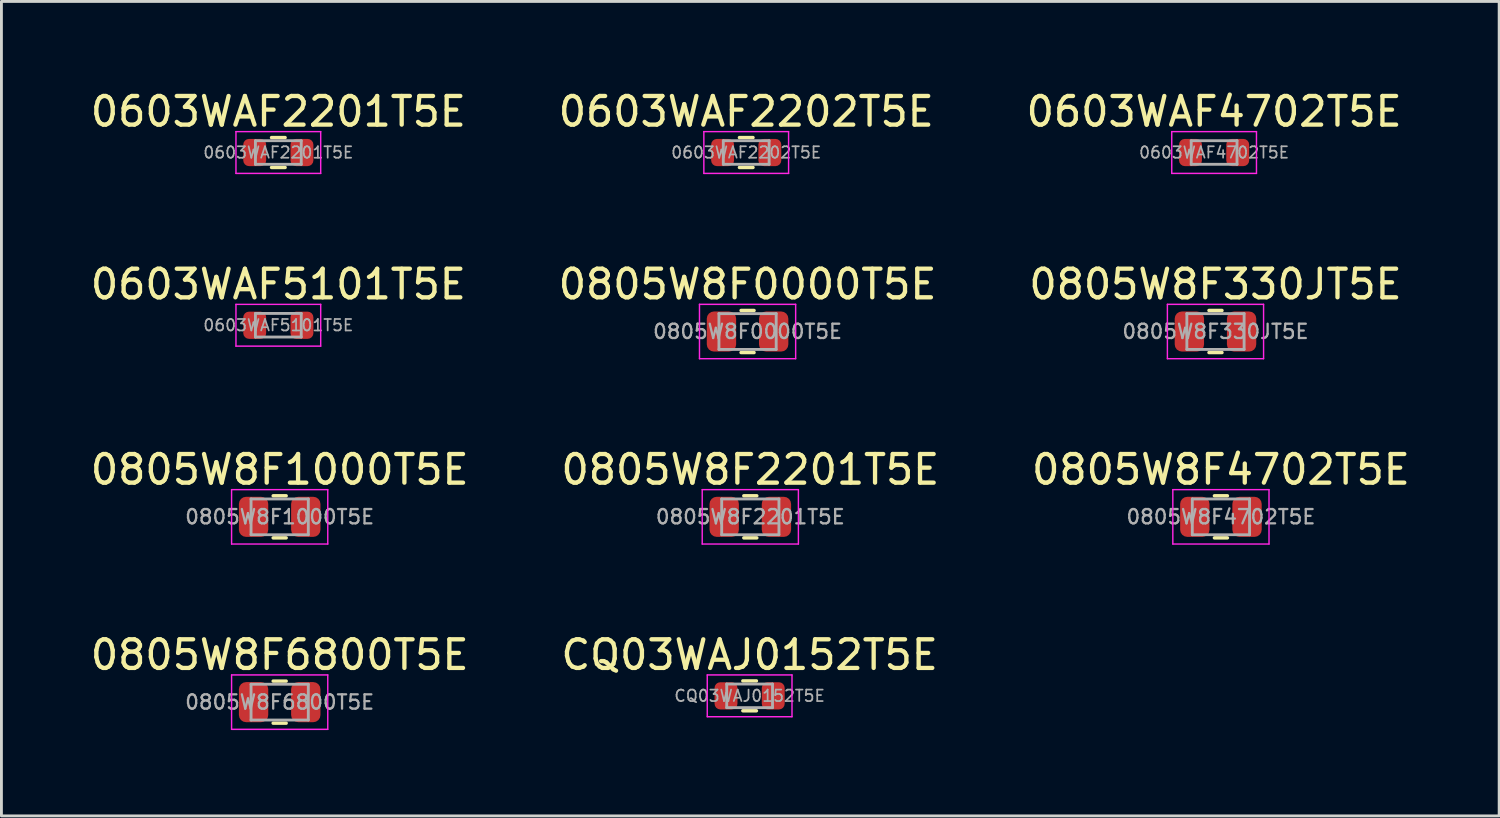
<source format=kicad_pcb>
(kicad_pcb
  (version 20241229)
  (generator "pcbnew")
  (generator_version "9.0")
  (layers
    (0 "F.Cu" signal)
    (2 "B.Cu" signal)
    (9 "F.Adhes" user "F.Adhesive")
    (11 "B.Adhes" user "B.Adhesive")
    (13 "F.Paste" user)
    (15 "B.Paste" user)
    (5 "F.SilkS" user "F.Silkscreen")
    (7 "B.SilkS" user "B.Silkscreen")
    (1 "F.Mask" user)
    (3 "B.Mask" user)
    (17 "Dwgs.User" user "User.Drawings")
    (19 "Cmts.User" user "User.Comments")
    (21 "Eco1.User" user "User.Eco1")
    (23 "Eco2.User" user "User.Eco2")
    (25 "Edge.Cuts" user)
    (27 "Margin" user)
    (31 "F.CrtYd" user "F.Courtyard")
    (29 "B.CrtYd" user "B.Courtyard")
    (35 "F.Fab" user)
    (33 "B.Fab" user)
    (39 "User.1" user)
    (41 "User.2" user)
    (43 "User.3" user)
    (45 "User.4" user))
  (footprint "0603WAF2201T5E"
    (layer "F.Cu")
    (at 6.673 2.278)
    (property "Reference" "0603WAF2201T5E" (at 0 -1.43 0) (layer "F.SilkS") (effects (font (size 1 1) (thickness 0.15))))
    (attr smd)
    (fp_line (start -0.237 -0.522) (end 0.237 -0.522) (stroke (width 0.12) (type solid)) (layer "F.SilkS"))
    (fp_line (start -0.237 0.522) (end 0.237 0.522) (stroke (width 0.12) (type solid)) (layer "F.SilkS"))
    (fp_line (start -1.48 -0.73) (end 1.48 -0.73) (stroke (width 0.05) (type solid)) (layer "F.CrtYd"))
    (fp_line (start -1.48 0.73) (end -1.48 -0.73) (stroke (width 0.05) (type solid)) (layer "F.CrtYd"))
    (fp_line (start 1.48 -0.73) (end 1.48 0.73) (stroke (width 0.05) (type solid)) (layer "F.CrtYd"))
    (fp_line (start 1.48 0.73) (end -1.48 0.73) (stroke (width 0.05) (type solid)) (layer "F.CrtYd"))
    (fp_line (start -0.8 -0.412) (end 0.8 -0.412) (stroke (width 0.1) (type solid)) (layer "F.Fab"))
    (fp_line (start -0.8 0.412) (end -0.8 -0.412) (stroke (width 0.1) (type solid)) (layer "F.Fab"))
    (fp_line (start 0.8 -0.412) (end 0.8 0.412) (stroke (width 0.1) (type solid)) (layer "F.Fab"))
    (fp_line (start 0.8 0.412) (end -0.8 0.412) (stroke (width 0.1) (type solid)) (layer "F.Fab"))
    (fp_text user "${REFERENCE}" (at 0 0 0) (layer "F.Fab") (effects (font (size 0.4 0.4) (thickness 0.06))))
    (pad "1" smd roundrect (at -0.825 0) (size 0.8 0.95) (layers "F.Cu" "F.Mask" "F.Paste") (roundrect_rratio 0.25))
    (pad "2" smd roundrect (at 0.825 0) (size 0.8 0.95) (layers "F.Cu" "F.Mask" "F.Paste") (roundrect_rratio 0.25)))
  (footprint "0805W8F330JT5E"
    (layer "F.Cu")
    (at 39.411 8.531)
    (property "Reference" "0805W8F330JT5E" (at 0 -1.65 0) (layer "F.SilkS") (effects (font (size 1 1) (thickness 0.15))))
    (attr smd)
    (fp_line (start -0.227 -0.735) (end 0.227 -0.735) (stroke (width 0.12) (type solid)) (layer "F.SilkS"))
    (fp_line (start -0.227 0.735) (end 0.227 0.735) (stroke (width 0.12) (type solid)) (layer "F.SilkS"))
    (fp_line (start -1.68 -0.95) (end 1.68 -0.95) (stroke (width 0.05) (type solid)) (layer "F.CrtYd"))
    (fp_line (start -1.68 0.95) (end -1.68 -0.95) (stroke (width 0.05) (type solid)) (layer "F.CrtYd"))
    (fp_line (start 1.68 -0.95) (end 1.68 0.95) (stroke (width 0.05) (type solid)) (layer "F.CrtYd"))
    (fp_line (start 1.68 0.95) (end -1.68 0.95) (stroke (width 0.05) (type solid)) (layer "F.CrtYd"))
    (fp_line (start -1 -0.625) (end 1 -0.625) (stroke (width 0.1) (type solid)) (layer "F.Fab"))
    (fp_line (start -1 0.625) (end -1 -0.625) (stroke (width 0.1) (type solid)) (layer "F.Fab"))
    (fp_line (start 1 -0.625) (end 1 0.625) (stroke (width 0.1) (type solid)) (layer "F.Fab"))
    (fp_line (start 1 0.625) (end -1 0.625) (stroke (width 0.1) (type solid)) (layer "F.Fab"))
    (fp_text user "${REFERENCE}" (at 0 0 0) (layer "F.Fab") (effects (font (size 0.5 0.5) (thickness 0.08))))
    (pad "1" smd roundrect (at -0.912 0) (size 1.025 1.4) (layers "F.Cu" "F.Mask" "F.Paste") (roundrect_rratio 0.244))
    (pad "2" smd roundrect (at 0.912 0) (size 1.025 1.4) (layers "F.Cu" "F.Mask" "F.Paste") (roundrect_rratio 0.244)))
  (footprint "0805W8F4702T5E"
    (layer "F.Cu")
    (at 39.601 15.005)
    (property "Reference" "0805W8F4702T5E" (at 0 -1.65 0) (layer "F.SilkS") (effects (font (size 1 1) (thickness 0.15))))
    (attr smd)
    (fp_line (start -0.227 -0.735) (end 0.227 -0.735) (stroke (width 0.12) (type solid)) (layer "F.SilkS"))
    (fp_line (start -0.227 0.735) (end 0.227 0.735) (stroke (width 0.12) (type solid)) (layer "F.SilkS"))
    (fp_line (start -1.68 -0.95) (end 1.68 -0.95) (stroke (width 0.05) (type solid)) (layer "F.CrtYd"))
    (fp_line (start -1.68 0.95) (end -1.68 -0.95) (stroke (width 0.05) (type solid)) (layer "F.CrtYd"))
    (fp_line (start 1.68 -0.95) (end 1.68 0.95) (stroke (width 0.05) (type solid)) (layer "F.CrtYd"))
    (fp_line (start 1.68 0.95) (end -1.68 0.95) (stroke (width 0.05) (type solid)) (layer "F.CrtYd"))
    (fp_line (start -1 -0.625) (end 1 -0.625) (stroke (width 0.1) (type solid)) (layer "F.Fab"))
    (fp_line (start -1 0.625) (end -1 -0.625) (stroke (width 0.1) (type solid)) (layer "F.Fab"))
    (fp_line (start 1 -0.625) (end 1 0.625) (stroke (width 0.1) (type solid)) (layer "F.Fab"))
    (fp_line (start 1 0.625) (end -1 0.625) (stroke (width 0.1) (type solid)) (layer "F.Fab"))
    (fp_text user "${REFERENCE}" (at 0 0 0) (layer "F.Fab") (effects (font (size 0.5 0.5) (thickness 0.08))))
    (pad "1" smd roundrect (at -0.912 0) (size 1.025 1.4) (layers "F.Cu" "F.Mask" "F.Paste") (roundrect_rratio 0.244))
    (pad "2" smd roundrect (at 0.912 0) (size 1.025 1.4) (layers "F.Cu" "F.Mask" "F.Paste") (roundrect_rratio 0.244)))
  (footprint "0805W8F2201T5E"
    (layer "F.Cu")
    (at 23.161 15.005)
    (property "Reference" "0805W8F2201T5E" (at 0 -1.65 0) (layer "F.SilkS") (effects (font (size 1 1) (thickness 0.15))))
    (attr smd)
    (fp_line (start -0.227 -0.735) (end 0.227 -0.735) (stroke (width 0.12) (type solid)) (layer "F.SilkS"))
    (fp_line (start -0.227 0.735) (end 0.227 0.735) (stroke (width 0.12) (type solid)) (layer "F.SilkS"))
    (fp_line (start -1.68 -0.95) (end 1.68 -0.95) (stroke (width 0.05) (type solid)) (layer "F.CrtYd"))
    (fp_line (start -1.68 0.95) (end -1.68 -0.95) (stroke (width 0.05) (type solid)) (layer "F.CrtYd"))
    (fp_line (start 1.68 -0.95) (end 1.68 0.95) (stroke (width 0.05) (type solid)) (layer "F.CrtYd"))
    (fp_line (start 1.68 0.95) (end -1.68 0.95) (stroke (width 0.05) (type solid)) (layer "F.CrtYd"))
    (fp_line (start -1 -0.625) (end 1 -0.625) (stroke (width 0.1) (type solid)) (layer "F.Fab"))
    (fp_line (start -1 0.625) (end -1 -0.625) (stroke (width 0.1) (type solid)) (layer "F.Fab"))
    (fp_line (start 1 -0.625) (end 1 0.625) (stroke (width 0.1) (type solid)) (layer "F.Fab"))
    (fp_line (start 1 0.625) (end -1 0.625) (stroke (width 0.1) (type solid)) (layer "F.Fab"))
    (fp_text user "${REFERENCE}" (at 0 0 0) (layer "F.Fab") (effects (font (size 0.5 0.5) (thickness 0.08))))
    (pad "1" smd roundrect (at -0.912 0) (size 1.025 1.4) (layers "F.Cu" "F.Mask" "F.Paste") (roundrect_rratio 0.244))
    (pad "2" smd roundrect (at 0.912 0) (size 1.025 1.4) (layers "F.Cu" "F.Mask" "F.Paste") (roundrect_rratio 0.244)))
  (footprint "CQ03WAJ0152T5E"
    (layer "F.Cu")
    (at 23.137 21.258)
    (property "Reference" "CQ03WAJ0152T5E" (at 0 -1.43 0) (layer "F.SilkS") (effects (font (size 1 1) (thickness 0.15))))
    (attr smd)
    (fp_line (start -0.237 -0.522) (end 0.237 -0.522) (stroke (width 0.12) (type solid)) (layer "F.SilkS"))
    (fp_line (start -0.237 0.522) (end 0.237 0.522) (stroke (width 0.12) (type solid)) (layer "F.SilkS"))
    (fp_line (start -1.48 -0.73) (end 1.48 -0.73) (stroke (width 0.05) (type solid)) (layer "F.CrtYd"))
    (fp_line (start -1.48 0.73) (end -1.48 -0.73) (stroke (width 0.05) (type solid)) (layer "F.CrtYd"))
    (fp_line (start 1.48 -0.73) (end 1.48 0.73) (stroke (width 0.05) (type solid)) (layer "F.CrtYd"))
    (fp_line (start 1.48 0.73) (end -1.48 0.73) (stroke (width 0.05) (type solid)) (layer "F.CrtYd"))
    (fp_line (start -0.8 -0.412) (end 0.8 -0.412) (stroke (width 0.1) (type solid)) (layer "F.Fab"))
    (fp_line (start -0.8 0.412) (end -0.8 -0.412) (stroke (width 0.1) (type solid)) (layer "F.Fab"))
    (fp_line (start 0.8 -0.412) (end 0.8 0.412) (stroke (width 0.1) (type solid)) (layer "F.Fab"))
    (fp_line (start 0.8 0.412) (end -0.8 0.412) (stroke (width 0.1) (type solid)) (layer "F.Fab"))
    (fp_text user "${REFERENCE}" (at 0 0 0) (layer "F.Fab") (effects (font (size 0.4 0.4) (thickness 0.06))))
    (pad "1" smd roundrect (at -0.825 0) (size 0.8 0.95) (layers "F.Cu" "F.Mask" "F.Paste") (roundrect_rratio 0.25))
    (pad "2" smd roundrect (at 0.825 0) (size 0.8 0.95) (layers "F.Cu" "F.Mask" "F.Paste") (roundrect_rratio 0.25)))
  (footprint "0603WAF5101T5E"
    (layer "F.Cu")
    (at 6.673 8.312)
    (property "Reference" "0603WAF5101T5E" (at 0 -1.43 0) (layer "F.SilkS") (effects (font (size 1 1) (thickness 0.15))))
    (attr smd)
    (fp_line (start -1.48 -0.73) (end 1.48 -0.73) (stroke (width 0.05) (type solid)) (layer "F.CrtYd"))
    (fp_line (start -1.48 0.73) (end -1.48 -0.73) (stroke (width 0.05) (type solid)) (layer "F.CrtYd"))
    (fp_line (start 1.48 -0.73) (end 1.48 0.73) (stroke (width 0.05) (type solid)) (layer "F.CrtYd"))
    (fp_line (start 1.48 0.73) (end -1.48 0.73) (stroke (width 0.05) (type solid)) (layer "F.CrtYd"))
    (fp_line (start -0.8 -0.412) (end 0.8 -0.412) (stroke (width 0.1) (type solid)) (layer "F.Fab"))
    (fp_line (start -0.8 0.412) (end -0.8 -0.412) (stroke (width 0.1) (type solid)) (layer "F.Fab"))
    (fp_line (start 0.8 -0.412) (end 0.8 0.412) (stroke (width 0.1) (type solid)) (layer "F.Fab"))
    (fp_line (start 0.8 0.412) (end -0.8 0.412) (stroke (width 0.1) (type solid)) (layer "F.Fab"))
    (fp_text user "${REFERENCE}" (at 0 0 0) (layer "F.Fab") (effects (font (size 0.4 0.4) (thickness 0.06))))
    (pad "1" smd roundrect (at -0.825 0) (size 0.8 0.95) (layers "F.Cu" "F.Mask" "F.Paste") (roundrect_rratio 0.25))
    (pad "2" smd roundrect (at 0.825 0) (size 0.8 0.95) (layers "F.Cu" "F.Mask" "F.Paste") (roundrect_rratio 0.25)))
  (footprint "0603WAF2202T5E"
    (layer "F.Cu")
    (at 23.018 2.278)
    (property "Reference" "0603WAF2202T5E" (at 0 -1.43 0) (layer "F.SilkS") (effects (font (size 1 1) (thickness 0.15))))
    (attr smd)
    (fp_line (start -0.237 -0.522) (end 0.237 -0.522) (stroke (width 0.12) (type solid)) (layer "F.SilkS"))
    (fp_line (start -0.237 0.522) (end 0.237 0.522) (stroke (width 0.12) (type solid)) (layer "F.SilkS"))
    (fp_line (start -1.48 -0.73) (end 1.48 -0.73) (stroke (width 0.05) (type solid)) (layer "F.CrtYd"))
    (fp_line (start -1.48 0.73) (end -1.48 -0.73) (stroke (width 0.05) (type solid)) (layer "F.CrtYd"))
    (fp_line (start 1.48 -0.73) (end 1.48 0.73) (stroke (width 0.05) (type solid)) (layer "F.CrtYd"))
    (fp_line (start 1.48 0.73) (end -1.48 0.73) (stroke (width 0.05) (type solid)) (layer "F.CrtYd"))
    (fp_line (start -0.8 -0.412) (end 0.8 -0.412) (stroke (width 0.1) (type solid)) (layer "F.Fab"))
    (fp_line (start -0.8 0.412) (end -0.8 -0.412) (stroke (width 0.1) (type solid)) (layer "F.Fab"))
    (fp_line (start 0.8 -0.412) (end 0.8 0.412) (stroke (width 0.1) (type solid)) (layer "F.Fab"))
    (fp_line (start 0.8 0.412) (end -0.8 0.412) (stroke (width 0.1) (type solid)) (layer "F.Fab"))
    (fp_text user "${REFERENCE}" (at 0 0 0) (layer "F.Fab") (effects (font (size 0.4 0.4) (thickness 0.06))))
    (pad "1" smd roundrect (at -0.825 0) (size 0.8 0.95) (layers "F.Cu" "F.Mask" "F.Paste") (roundrect_rratio 0.25))
    (pad "2" smd roundrect (at 0.825 0) (size 0.8 0.95) (layers "F.Cu" "F.Mask" "F.Paste") (roundrect_rratio 0.25)))
  (footprint "0805W8F1000T5E"
    (layer "F.Cu")
    (at 6.72 15.005)
    (property "Reference" "0805W8F1000T5E" (at 0 -1.65 0) (layer "F.SilkS") (effects (font (size 1 1) (thickness 0.15))))
    (attr smd)
    (fp_line (start -0.227 -0.735) (end 0.227 -0.735) (stroke (width 0.12) (type solid)) (layer "F.SilkS"))
    (fp_line (start -0.227 0.735) (end 0.227 0.735) (stroke (width 0.12) (type solid)) (layer "F.SilkS"))
    (fp_line (start -1.68 -0.95) (end 1.68 -0.95) (stroke (width 0.05) (type solid)) (layer "F.CrtYd"))
    (fp_line (start -1.68 0.95) (end -1.68 -0.95) (stroke (width 0.05) (type solid)) (layer "F.CrtYd"))
    (fp_line (start 1.68 -0.95) (end 1.68 0.95) (stroke (width 0.05) (type solid)) (layer "F.CrtYd"))
    (fp_line (start 1.68 0.95) (end -1.68 0.95) (stroke (width 0.05) (type solid)) (layer "F.CrtYd"))
    (fp_line (start -1 -0.625) (end 1 -0.625) (stroke (width 0.1) (type solid)) (layer "F.Fab"))
    (fp_line (start -1 0.625) (end -1 -0.625) (stroke (width 0.1) (type solid)) (layer "F.Fab"))
    (fp_line (start 1 -0.625) (end 1 0.625) (stroke (width 0.1) (type solid)) (layer "F.Fab"))
    (fp_line (start 1 0.625) (end -1 0.625) (stroke (width 0.1) (type solid)) (layer "F.Fab"))
    (fp_text user "${REFERENCE}" (at 0 0 0) (layer "F.Fab") (effects (font (size 0.5 0.5) (thickness 0.08))))
    (pad "1" smd roundrect (at -0.912 0) (size 1.025 1.4) (layers "F.Cu" "F.Mask" "F.Paste") (roundrect_rratio 0.244))
    (pad "2" smd roundrect (at 0.912 0) (size 1.025 1.4) (layers "F.Cu" "F.Mask" "F.Paste") (roundrect_rratio 0.244)))
  (footprint "0805W8F0000T5E"
    (layer "F.Cu")
    (at 23.065 8.531)
    (property "Reference" "0805W8F0000T5E" (at 0 -1.65 0) (layer "F.SilkS") (effects (font (size 1 1) (thickness 0.15))))
    (attr smd)
    (fp_line (start -0.227 -0.735) (end 0.227 -0.735) (stroke (width 0.12) (type solid)) (layer "F.SilkS"))
    (fp_line (start -0.227 0.735) (end 0.227 0.735) (stroke (width 0.12) (type solid)) (layer "F.SilkS"))
    (fp_line (start -1.68 -0.95) (end 1.68 -0.95) (stroke (width 0.05) (type solid)) (layer "F.CrtYd"))
    (fp_line (start -1.68 0.95) (end -1.68 -0.95) (stroke (width 0.05) (type solid)) (layer "F.CrtYd"))
    (fp_line (start 1.68 -0.95) (end 1.68 0.95) (stroke (width 0.05) (type solid)) (layer "F.CrtYd"))
    (fp_line (start 1.68 0.95) (end -1.68 0.95) (stroke (width 0.05) (type solid)) (layer "F.CrtYd"))
    (fp_line (start -1 -0.625) (end 1 -0.625) (stroke (width 0.1) (type solid)) (layer "F.Fab"))
    (fp_line (start -1 0.625) (end -1 -0.625) (stroke (width 0.1) (type solid)) (layer "F.Fab"))
    (fp_line (start 1 -0.625) (end 1 0.625) (stroke (width 0.1) (type solid)) (layer "F.Fab"))
    (fp_line (start 1 0.625) (end -1 0.625) (stroke (width 0.1) (type solid)) (layer "F.Fab"))
    (fp_text user "${REFERENCE}" (at 0 0 0) (layer "F.Fab") (effects (font (size 0.5 0.5) (thickness 0.08))))
    (pad "1" smd roundrect (at -0.912 0) (size 1.025 1.4) (layers "F.Cu" "F.Mask" "F.Paste") (roundrect_rratio 0.244))
    (pad "2" smd roundrect (at 0.912 0) (size 1.025 1.4) (layers "F.Cu" "F.Mask" "F.Paste") (roundrect_rratio 0.244)))
  (footprint "0603WAF4702T5E"
    (layer "F.Cu")
    (at 39.363 2.278)
    (property "Reference" "0603WAF4702T5E" (at 0 -1.43 0) (layer "F.SilkS") (effects (font (size 1 1) (thickness 0.15))))
    (attr smd)
    (fp_line (start -1.48 -0.73) (end 1.48 -0.73) (stroke (width 0.05) (type solid)) (layer "F.CrtYd"))
    (fp_line (start -1.48 0.73) (end -1.48 -0.73) (stroke (width 0.05) (type solid)) (layer "F.CrtYd"))
    (fp_line (start 1.48 -0.73) (end 1.48 0.73) (stroke (width 0.05) (type solid)) (layer "F.CrtYd"))
    (fp_line (start 1.48 0.73) (end -1.48 0.73) (stroke (width 0.05) (type solid)) (layer "F.CrtYd"))
    (fp_line (start -0.8 -0.412) (end 0.8 -0.412) (stroke (width 0.1) (type solid)) (layer "F.Fab"))
    (fp_line (start -0.8 0.412) (end -0.8 -0.412) (stroke (width 0.1) (type solid)) (layer "F.Fab"))
    (fp_line (start 0.8 -0.412) (end 0.8 0.412) (stroke (width 0.1) (type solid)) (layer "F.Fab"))
    (fp_line (start 0.8 0.412) (end -0.8 0.412) (stroke (width 0.1) (type solid)) (layer "F.Fab"))
    (fp_text user "${REFERENCE}" (at 0 0 0) (layer "F.Fab") (effects (font (size 0.4 0.4) (thickness 0.06))))
    (pad "1" smd roundrect (at -0.825 0) (size 0.8 0.95) (layers "F.Cu" "F.Mask" "F.Paste") (roundrect_rratio 0.25))
    (pad "2" smd roundrect (at 0.825 0) (size 0.8 0.95) (layers "F.Cu" "F.Mask" "F.Paste") (roundrect_rratio 0.25)))
  (footprint "0805W8F6800T5E"
    (layer "F.Cu")
    (at 6.72 21.478)
    (property "Reference" "0805W8F6800T5E" (at 0 -1.65 0) (layer "F.SilkS") (effects (font (size 1 1) (thickness 0.15))))
    (attr smd)
    (fp_line (start -0.227 -0.735) (end 0.227 -0.735) (stroke (width 0.12) (type solid)) (layer "F.SilkS"))
    (fp_line (start -0.227 0.735) (end 0.227 0.735) (stroke (width 0.12) (type solid)) (layer "F.SilkS"))
    (fp_line (start -1.68 -0.95) (end 1.68 -0.95) (stroke (width 0.05) (type solid)) (layer "F.CrtYd"))
    (fp_line (start -1.68 0.95) (end -1.68 -0.95) (stroke (width 0.05) (type solid)) (layer "F.CrtYd"))
    (fp_line (start 1.68 -0.95) (end 1.68 0.95) (stroke (width 0.05) (type solid)) (layer "F.CrtYd"))
    (fp_line (start 1.68 0.95) (end -1.68 0.95) (stroke (width 0.05) (type solid)) (layer "F.CrtYd"))
    (fp_line (start -1 -0.625) (end 1 -0.625) (stroke (width 0.1) (type solid)) (layer "F.Fab"))
    (fp_line (start -1 0.625) (end -1 -0.625) (stroke (width 0.1) (type solid)) (layer "F.Fab"))
    (fp_line (start 1 -0.625) (end 1 0.625) (stroke (width 0.1) (type solid)) (layer "F.Fab"))
    (fp_line (start 1 0.625) (end -1 0.625) (stroke (width 0.1) (type solid)) (layer "F.Fab"))
    (fp_text user "${REFERENCE}" (at 0 0 0) (layer "F.Fab") (effects (font (size 0.5 0.5) (thickness 0.08))))
    (pad "1" smd roundrect (at -0.912 0) (size 1.025 1.4) (layers "F.Cu" "F.Mask" "F.Paste") (roundrect_rratio 0.244))
    (pad "2" smd roundrect (at 0.912 0) (size 1.025 1.4) (layers "F.Cu" "F.Mask" "F.Paste") (roundrect_rratio 0.244)))
  (gr_rect
    (start -3 -3)
    (end 49.321 25.453)
    (stroke (width 0.1) (type default))
    (fill no)
    (layer "Edge.Cuts")))
</source>
